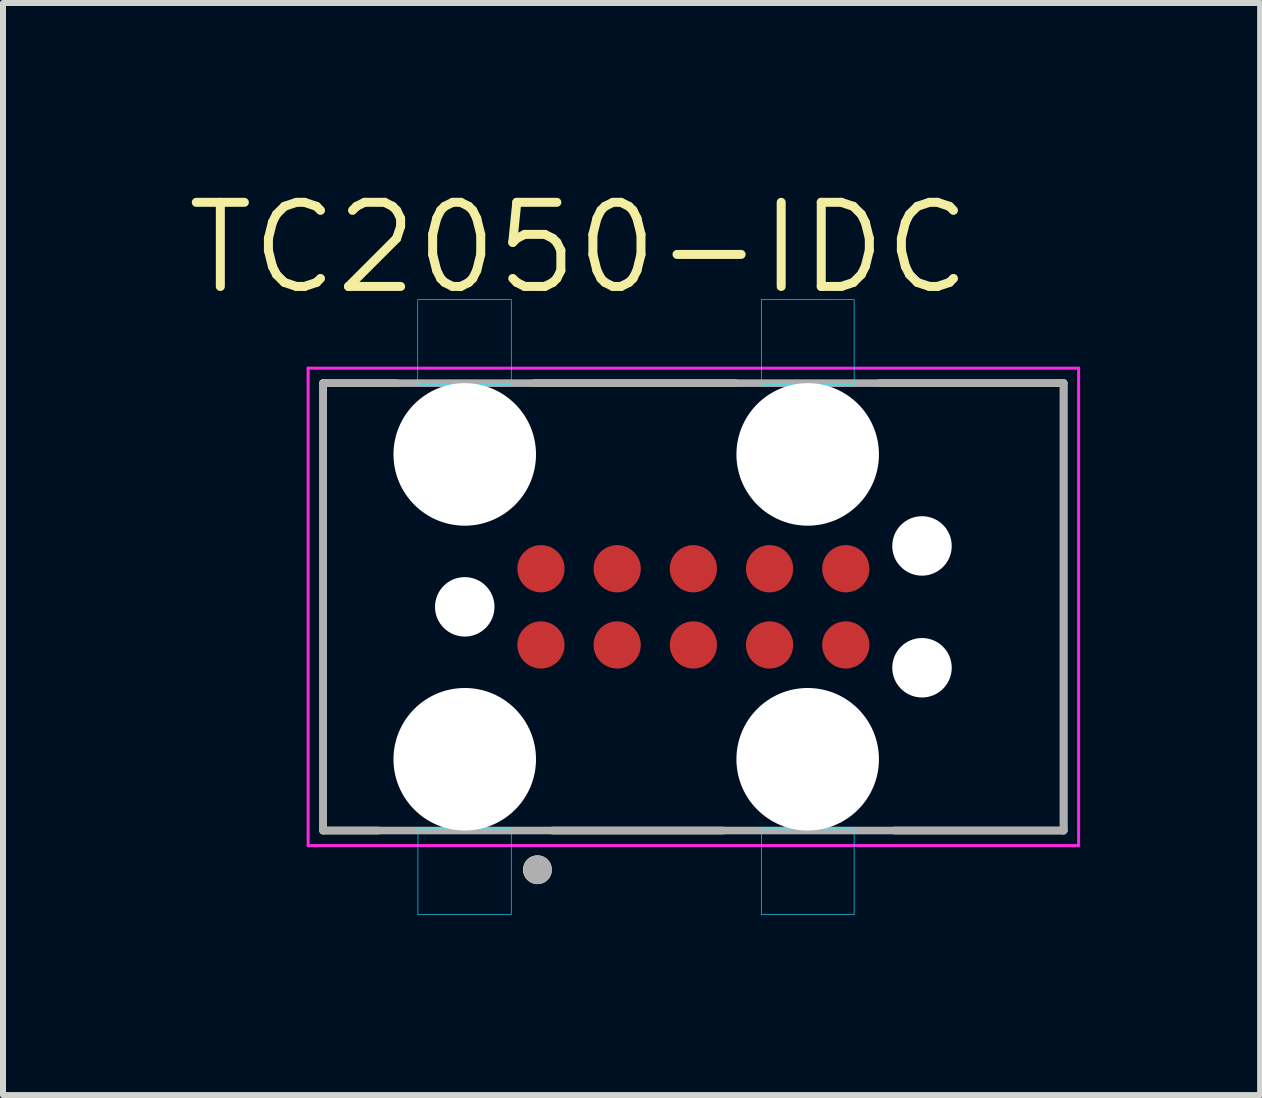
<source format=kicad_pcb>
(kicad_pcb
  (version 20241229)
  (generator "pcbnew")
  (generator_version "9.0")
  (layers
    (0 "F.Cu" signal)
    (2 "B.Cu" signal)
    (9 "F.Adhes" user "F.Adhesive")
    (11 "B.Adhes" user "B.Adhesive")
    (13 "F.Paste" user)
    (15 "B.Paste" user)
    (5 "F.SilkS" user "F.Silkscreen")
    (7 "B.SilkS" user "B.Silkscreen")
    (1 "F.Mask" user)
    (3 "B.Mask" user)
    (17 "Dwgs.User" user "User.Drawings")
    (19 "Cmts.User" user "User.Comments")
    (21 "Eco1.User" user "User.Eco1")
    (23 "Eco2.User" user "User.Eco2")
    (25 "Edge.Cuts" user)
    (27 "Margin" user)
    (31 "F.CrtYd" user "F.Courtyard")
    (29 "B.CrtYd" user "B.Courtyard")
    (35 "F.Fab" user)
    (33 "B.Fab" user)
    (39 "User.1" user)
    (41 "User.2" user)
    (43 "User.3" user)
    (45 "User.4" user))
  (footprint "TC2050-IDC"
    (layer "F.Cu")
    (at 8.505 7.063)
    (property "Reference" "TC2050-IDC" (at -1.908 -5.98 0) (layer "F.SilkS") (effects (font (size 1.402 1.402) (thickness 0.15))))
    (attr smd)
    (fp_line (start -6.17 -3.728) (end -4.95 -3.728) (stroke (width 0.127) (type solid)) (layer "F.SilkS"))
    (fp_line (start -6.17 3.728) (end -6.17 -3.728) (stroke (width 0.127) (type solid)) (layer "F.SilkS"))
    (fp_line (start -5.25 3.728) (end -6.17 3.728) (stroke (width 0.127) (type solid)) (layer "F.SilkS"))
    (fp_line (start -2.65 -3.728) (end 0.7 -3.728) (stroke (width 0.127) (type solid)) (layer "F.SilkS"))
    (fp_line (start 0.5 3.728) (end -2.35 3.728) (stroke (width 0.127) (type solid)) (layer "F.SilkS"))
    (fp_line (start 3.1 -3.728) (end 6.17 -3.728) (stroke (width 0.127) (type solid)) (layer "F.SilkS"))
    (fp_line (start 6.17 -3.728) (end 6.17 3.728) (stroke (width 0.127) (type solid)) (layer "F.SilkS"))
    (fp_line (start 6.17 3.728) (end 3.35 3.728) (stroke (width 0.127) (type solid)) (layer "F.SilkS"))
    (fp_circle (center -2.6 4.381) (end -2.48 4.381) (stroke (width 0.24) (type solid)) (fill no) (layer "F.SilkS"))
    (fp_poly (pts (xy -2.54 -0.241) (xy -2.54 0.241) (xy 2.54 0.241) (xy 2.54 -0.241)) (stroke (width 0.0001) (type solid)) (fill no) (layer "Dwgs.User"))
    (fp_poly (pts (xy -2.54 0) (xy -2.54 0.241) (xy 2.54 0.241) (xy 2.54 -0.241) (xy -2.54 -0.241)) (stroke (width 0.0001) (type solid)) (fill no) (layer "Dwgs.User"))
    (fp_poly (pts (xy -2.54 0.241) (xy -1.27 0.241) (xy -1.291 0.242) (xy -1.311 0.243) (xy -1.332 0.246) (xy -1.352 0.25) (xy -1.372 0.255) (xy -1.392 0.261) (xy -1.411 0.267) (xy -1.43 0.275) (xy -1.449 0.284) (xy -1.467 0.294) (xy -1.484 0.305) (xy -1.501 0.316) (xy -1.518 0.329) (xy -1.533 0.342) (xy -1.548 0.357) (xy -1.563 0.372) (xy -1.576 0.387) (xy -1.589 0.404) (xy -1.6 0.421) (xy -1.611 0.438) (xy -1.621 0.456) (xy -1.63 0.475) (xy -1.638 0.494) (xy -1.644 0.513) (xy -1.65 0.533) (xy -1.655 0.553) (xy -1.659 0.573) (xy -1.662 0.594) (xy -1.663 0.614) (xy -1.664 0.635) (xy -2.146 0.635) (xy -2.147 0.614) (xy -2.148 0.594) (xy -2.151 0.573) (xy -2.155 0.553) (xy -2.16 0.533) (xy -2.166 0.513) (xy -2.172 0.494) (xy -2.18 0.475) (xy -2.189 0.456) (xy -2.199 0.438) (xy -2.21 0.421) (xy -2.221 0.404) (xy -2.234 0.387) (xy -2.247 0.372) (xy -2.262 0.357) (xy -2.277 0.342) (xy -2.292 0.329) (xy -2.309 0.316) (xy -2.326 0.305) (xy -2.343 0.294) (xy -2.361 0.284) (xy -2.38 0.275) (xy -2.399 0.267) (xy -2.418 0.261) (xy -2.438 0.255) (xy -2.458 0.25) (xy -2.478 0.246) (xy -2.499 0.243) (xy -2.519 0.242) (xy -2.54 0.241)) (stroke (width 0.0001) (type solid)) (fill no) (layer "Dwgs.User"))
    (fp_poly (pts (xy -2.54 0.241) (xy -1.27 0.241) (xy -1.291 0.242) (xy -1.311 0.243) (xy -1.332 0.246) (xy -1.352 0.25) (xy -1.372 0.255) (xy -1.392 0.261) (xy -1.411 0.267) (xy -1.43 0.275) (xy -1.449 0.284) (xy -1.467 0.294) (xy -1.484 0.305) (xy -1.501 0.316) (xy -1.518 0.329) (xy -1.533 0.342) (xy -1.548 0.357) (xy -1.563 0.372) (xy -1.576 0.387) (xy -1.589 0.404) (xy -1.6 0.421) (xy -1.611 0.438) (xy -1.621 0.456) (xy -1.63 0.475) (xy -1.638 0.494) (xy -1.644 0.513) (xy -1.65 0.533) (xy -1.655 0.553) (xy -1.659 0.573) (xy -1.662 0.594) (xy -1.663 0.614) (xy -1.664 0.635) (xy -2.146 0.635) (xy -2.147 0.614) (xy -2.148 0.594) (xy -2.151 0.573) (xy -2.155 0.553) (xy -2.16 0.533) (xy -2.166 0.513) (xy -2.172 0.494) (xy -2.18 0.475) (xy -2.189 0.456) (xy -2.199 0.438) (xy -2.21 0.421) (xy -2.221 0.404) (xy -2.234 0.387) (xy -2.247 0.372) (xy -2.262 0.357) (xy -2.277 0.342) (xy -2.292 0.329) (xy -2.309 0.316) (xy -2.326 0.305) (xy -2.343 0.294) (xy -2.361 0.284) (xy -2.38 0.275) (xy -2.399 0.267) (xy -2.418 0.261) (xy -2.438 0.255) (xy -2.458 0.25) (xy -2.478 0.246) (xy -2.499 0.243) (xy -2.519 0.242) (xy -2.54 0.241)) (stroke (width 0.0001) (type solid)) (fill no) (layer "Dwgs.User"))
    (fp_poly (pts (xy -1.27 -0.241) (xy -2.54 -0.241) (xy -2.519 -0.242) (xy -2.499 -0.243) (xy -2.478 -0.246) (xy -2.458 -0.25) (xy -2.438 -0.255) (xy -2.418 -0.261) (xy -2.399 -0.267) (xy -2.38 -0.275) (xy -2.361 -0.284) (xy -2.343 -0.294) (xy -2.326 -0.305) (xy -2.309 -0.316) (xy -2.292 -0.329) (xy -2.277 -0.342) (xy -2.262 -0.357) (xy -2.247 -0.372) (xy -2.234 -0.387) (xy -2.221 -0.404) (xy -2.21 -0.421) (xy -2.199 -0.438) (xy -2.189 -0.456) (xy -2.18 -0.475) (xy -2.172 -0.494) (xy -2.166 -0.513) (xy -2.16 -0.533) (xy -2.155 -0.553) (xy -2.151 -0.573) (xy -2.148 -0.594) (xy -2.147 -0.614) (xy -2.146 -0.635) (xy -1.664 -0.635) (xy -1.663 -0.614) (xy -1.662 -0.594) (xy -1.659 -0.573) (xy -1.655 -0.553) (xy -1.65 -0.533) (xy -1.644 -0.513) (xy -1.638 -0.494) (xy -1.63 -0.475) (xy -1.621 -0.456) (xy -1.611 -0.438) (xy -1.6 -0.421) (xy -1.589 -0.404) (xy -1.576 -0.387) (xy -1.563 -0.372) (xy -1.548 -0.357) (xy -1.533 -0.342) (xy -1.518 -0.329) (xy -1.501 -0.316) (xy -1.484 -0.305) (xy -1.467 -0.294) (xy -1.449 -0.284) (xy -1.43 -0.275) (xy -1.411 -0.267) (xy -1.392 -0.261) (xy -1.372 -0.255) (xy -1.352 -0.25) (xy -1.332 -0.246) (xy -1.311 -0.243) (xy -1.291 -0.242) (xy -1.27 -0.241)) (stroke (width 0.0001) (type solid)) (fill no) (layer "Dwgs.User"))
    (fp_poly (pts (xy -1.27 -0.241) (xy -2.54 -0.241) (xy -2.519 -0.242) (xy -2.499 -0.243) (xy -2.478 -0.246) (xy -2.458 -0.25) (xy -2.438 -0.255) (xy -2.418 -0.261) (xy -2.399 -0.267) (xy -2.38 -0.275) (xy -2.361 -0.284) (xy -2.343 -0.294) (xy -2.326 -0.305) (xy -2.309 -0.316) (xy -2.292 -0.329) (xy -2.277 -0.342) (xy -2.262 -0.357) (xy -2.247 -0.372) (xy -2.234 -0.387) (xy -2.221 -0.404) (xy -2.21 -0.421) (xy -2.199 -0.438) (xy -2.189 -0.456) (xy -2.18 -0.475) (xy -2.172 -0.494) (xy -2.166 -0.513) (xy -2.16 -0.533) (xy -2.155 -0.553) (xy -2.151 -0.573) (xy -2.148 -0.594) (xy -2.147 -0.614) (xy -2.146 -0.635) (xy -1.664 -0.635) (xy -1.663 -0.614) (xy -1.662 -0.594) (xy -1.659 -0.573) (xy -1.655 -0.553) (xy -1.65 -0.533) (xy -1.644 -0.513) (xy -1.638 -0.494) (xy -1.63 -0.475) (xy -1.621 -0.456) (xy -1.611 -0.438) (xy -1.6 -0.421) (xy -1.589 -0.404) (xy -1.576 -0.387) (xy -1.563 -0.372) (xy -1.548 -0.357) (xy -1.533 -0.342) (xy -1.518 -0.329) (xy -1.501 -0.316) (xy -1.484 -0.305) (xy -1.467 -0.294) (xy -1.449 -0.284) (xy -1.43 -0.275) (xy -1.411 -0.267) (xy -1.392 -0.261) (xy -1.372 -0.255) (xy -1.352 -0.25) (xy -1.332 -0.246) (xy -1.311 -0.243) (xy -1.291 -0.242) (xy -1.27 -0.241)) (stroke (width 0.0001) (type solid)) (fill no) (layer "Dwgs.User"))
    (fp_poly (pts (xy -1.27 0.241) (xy 0 0.241) (xy -0.021 0.242) (xy -0.041 0.243) (xy -0.062 0.246) (xy -0.082 0.25) (xy -0.102 0.255) (xy -0.122 0.261) (xy -0.141 0.267) (xy -0.16 0.275) (xy -0.179 0.284) (xy -0.197 0.294) (xy -0.214 0.305) (xy -0.231 0.316) (xy -0.248 0.329) (xy -0.263 0.342) (xy -0.278 0.357) (xy -0.293 0.372) (xy -0.306 0.387) (xy -0.319 0.404) (xy -0.33 0.421) (xy -0.341 0.438) (xy -0.351 0.456) (xy -0.36 0.475) (xy -0.368 0.494) (xy -0.374 0.513) (xy -0.38 0.533) (xy -0.385 0.553) (xy -0.389 0.573) (xy -0.392 0.594) (xy -0.393 0.614) (xy -0.394 0.635) (xy -0.876 0.635) (xy -0.877 0.614) (xy -0.878 0.594) (xy -0.881 0.573) (xy -0.885 0.553) (xy -0.89 0.533) (xy -0.896 0.513) (xy -0.902 0.494) (xy -0.91 0.475) (xy -0.919 0.456) (xy -0.929 0.438) (xy -0.94 0.421) (xy -0.951 0.404) (xy -0.964 0.387) (xy -0.977 0.372) (xy -0.992 0.357) (xy -1.007 0.342) (xy -1.022 0.329) (xy -1.039 0.316) (xy -1.056 0.305) (xy -1.073 0.294) (xy -1.091 0.284) (xy -1.11 0.275) (xy -1.129 0.267) (xy -1.148 0.261) (xy -1.168 0.255) (xy -1.188 0.25) (xy -1.208 0.246) (xy -1.229 0.243) (xy -1.249 0.242) (xy -1.27 0.241)) (stroke (width 0.0001) (type solid)) (fill no) (layer "Dwgs.User"))
    (fp_poly (pts (xy -1.27 0.241) (xy 0 0.241) (xy -0.021 0.242) (xy -0.041 0.243) (xy -0.062 0.246) (xy -0.082 0.25) (xy -0.102 0.255) (xy -0.122 0.261) (xy -0.141 0.267) (xy -0.16 0.275) (xy -0.179 0.284) (xy -0.197 0.294) (xy -0.214 0.305) (xy -0.231 0.316) (xy -0.248 0.329) (xy -0.263 0.342) (xy -0.278 0.357) (xy -0.293 0.372) (xy -0.306 0.387) (xy -0.319 0.404) (xy -0.33 0.421) (xy -0.341 0.438) (xy -0.351 0.456) (xy -0.36 0.475) (xy -0.368 0.494) (xy -0.374 0.513) (xy -0.38 0.533) (xy -0.385 0.553) (xy -0.389 0.573) (xy -0.392 0.594) (xy -0.393 0.614) (xy -0.394 0.635) (xy -0.876 0.635) (xy -0.877 0.614) (xy -0.878 0.594) (xy -0.881 0.573) (xy -0.885 0.553) (xy -0.89 0.533) (xy -0.896 0.513) (xy -0.902 0.494) (xy -0.91 0.475) (xy -0.919 0.456) (xy -0.929 0.438) (xy -0.94 0.421) (xy -0.951 0.404) (xy -0.964 0.387) (xy -0.977 0.372) (xy -0.992 0.357) (xy -1.007 0.342) (xy -1.022 0.329) (xy -1.039 0.316) (xy -1.056 0.305) (xy -1.073 0.294) (xy -1.091 0.284) (xy -1.11 0.275) (xy -1.129 0.267) (xy -1.148 0.261) (xy -1.168 0.255) (xy -1.188 0.25) (xy -1.208 0.246) (xy -1.229 0.243) (xy -1.249 0.242) (xy -1.27 0.241)) (stroke (width 0.0001) (type solid)) (fill no) (layer "Dwgs.User"))
    (fp_poly (pts (xy 0 -0.241) (xy -1.27 -0.241) (xy -1.249 -0.242) (xy -1.229 -0.243) (xy -1.208 -0.246) (xy -1.188 -0.25) (xy -1.168 -0.255) (xy -1.148 -0.261) (xy -1.129 -0.267) (xy -1.11 -0.275) (xy -1.091 -0.284) (xy -1.073 -0.294) (xy -1.056 -0.305) (xy -1.039 -0.316) (xy -1.022 -0.329) (xy -1.007 -0.342) (xy -0.992 -0.357) (xy -0.977 -0.372) (xy -0.964 -0.387) (xy -0.951 -0.404) (xy -0.94 -0.421) (xy -0.929 -0.438) (xy -0.919 -0.456) (xy -0.91 -0.475) (xy -0.902 -0.494) (xy -0.896 -0.513) (xy -0.89 -0.533) (xy -0.885 -0.553) (xy -0.881 -0.573) (xy -0.878 -0.594) (xy -0.877 -0.614) (xy -0.876 -0.635) (xy -0.394 -0.635) (xy -0.393 -0.614) (xy -0.392 -0.594) (xy -0.389 -0.573) (xy -0.385 -0.553) (xy -0.38 -0.533) (xy -0.374 -0.513) (xy -0.368 -0.494) (xy -0.36 -0.475) (xy -0.351 -0.456) (xy -0.341 -0.438) (xy -0.33 -0.421) (xy -0.319 -0.404) (xy -0.306 -0.387) (xy -0.293 -0.372) (xy -0.278 -0.357) (xy -0.263 -0.342) (xy -0.248 -0.329) (xy -0.231 -0.316) (xy -0.214 -0.305) (xy -0.197 -0.294) (xy -0.179 -0.284) (xy -0.16 -0.275) (xy -0.141 -0.267) (xy -0.122 -0.261) (xy -0.102 -0.255) (xy -0.082 -0.25) (xy -0.062 -0.246) (xy -0.041 -0.243) (xy -0.021 -0.242) (xy 0 -0.241)) (stroke (width 0.0001) (type solid)) (fill no) (layer "Dwgs.User"))
    (fp_poly (pts (xy 0 -0.241) (xy -1.27 -0.241) (xy -1.249 -0.242) (xy -1.229 -0.243) (xy -1.208 -0.246) (xy -1.188 -0.25) (xy -1.168 -0.255) (xy -1.148 -0.261) (xy -1.129 -0.267) (xy -1.11 -0.275) (xy -1.091 -0.284) (xy -1.073 -0.294) (xy -1.056 -0.305) (xy -1.039 -0.316) (xy -1.022 -0.329) (xy -1.007 -0.342) (xy -0.992 -0.357) (xy -0.977 -0.372) (xy -0.964 -0.387) (xy -0.951 -0.404) (xy -0.94 -0.421) (xy -0.929 -0.438) (xy -0.919 -0.456) (xy -0.91 -0.475) (xy -0.902 -0.494) (xy -0.896 -0.513) (xy -0.89 -0.533) (xy -0.885 -0.553) (xy -0.881 -0.573) (xy -0.878 -0.594) (xy -0.877 -0.614) (xy -0.876 -0.635) (xy -0.394 -0.635) (xy -0.393 -0.614) (xy -0.392 -0.594) (xy -0.389 -0.573) (xy -0.385 -0.553) (xy -0.38 -0.533) (xy -0.374 -0.513) (xy -0.368 -0.494) (xy -0.36 -0.475) (xy -0.351 -0.456) (xy -0.341 -0.438) (xy -0.33 -0.421) (xy -0.319 -0.404) (xy -0.306 -0.387) (xy -0.293 -0.372) (xy -0.278 -0.357) (xy -0.263 -0.342) (xy -0.248 -0.329) (xy -0.231 -0.316) (xy -0.214 -0.305) (xy -0.197 -0.294) (xy -0.179 -0.284) (xy -0.16 -0.275) (xy -0.141 -0.267) (xy -0.122 -0.261) (xy -0.102 -0.255) (xy -0.082 -0.25) (xy -0.062 -0.246) (xy -0.041 -0.243) (xy -0.021 -0.242) (xy 0 -0.241)) (stroke (width 0.0001) (type solid)) (fill no) (layer "Dwgs.User"))
    (fp_poly (pts (xy 0 0.241) (xy 1.27 0.241) (xy 1.249 0.242) (xy 1.229 0.243) (xy 1.208 0.246) (xy 1.188 0.25) (xy 1.168 0.255) (xy 1.148 0.261) (xy 1.129 0.267) (xy 1.11 0.275) (xy 1.091 0.284) (xy 1.073 0.294) (xy 1.056 0.305) (xy 1.039 0.316) (xy 1.022 0.329) (xy 1.007 0.342) (xy 0.992 0.357) (xy 0.977 0.372) (xy 0.964 0.387) (xy 0.951 0.404) (xy 0.94 0.421) (xy 0.929 0.438) (xy 0.919 0.456) (xy 0.91 0.475) (xy 0.902 0.494) (xy 0.896 0.513) (xy 0.89 0.533) (xy 0.885 0.553) (xy 0.881 0.573) (xy 0.878 0.594) (xy 0.877 0.614) (xy 0.876 0.635) (xy 0.394 0.635) (xy 0.393 0.614) (xy 0.392 0.594) (xy 0.389 0.573) (xy 0.385 0.553) (xy 0.38 0.533) (xy 0.374 0.513) (xy 0.368 0.494) (xy 0.36 0.475) (xy 0.351 0.456) (xy 0.341 0.438) (xy 0.33 0.421) (xy 0.319 0.404) (xy 0.306 0.387) (xy 0.293 0.372) (xy 0.278 0.357) (xy 0.263 0.342) (xy 0.248 0.329) (xy 0.231 0.316) (xy 0.214 0.305) (xy 0.197 0.294) (xy 0.179 0.284) (xy 0.16 0.275) (xy 0.141 0.267) (xy 0.122 0.261) (xy 0.102 0.255) (xy 0.082 0.25) (xy 0.062 0.246) (xy 0.041 0.243) (xy 0.021 0.242) (xy 0 0.241)) (stroke (width 0.0001) (type solid)) (fill no) (layer "Dwgs.User"))
    (fp_poly (pts (xy 0 0.241) (xy 1.27 0.241) (xy 1.249 0.242) (xy 1.229 0.243) (xy 1.208 0.246) (xy 1.188 0.25) (xy 1.168 0.255) (xy 1.148 0.261) (xy 1.129 0.267) (xy 1.11 0.275) (xy 1.091 0.284) (xy 1.073 0.294) (xy 1.056 0.305) (xy 1.039 0.316) (xy 1.022 0.329) (xy 1.007 0.342) (xy 0.992 0.357) (xy 0.977 0.372) (xy 0.964 0.387) (xy 0.951 0.404) (xy 0.94 0.421) (xy 0.929 0.438) (xy 0.919 0.456) (xy 0.91 0.475) (xy 0.902 0.494) (xy 0.896 0.513) (xy 0.89 0.533) (xy 0.885 0.553) (xy 0.881 0.573) (xy 0.878 0.594) (xy 0.877 0.614) (xy 0.876 0.635) (xy 0.394 0.635) (xy 0.393 0.614) (xy 0.392 0.594) (xy 0.389 0.573) (xy 0.385 0.553) (xy 0.38 0.533) (xy 0.374 0.513) (xy 0.368 0.494) (xy 0.36 0.475) (xy 0.351 0.456) (xy 0.341 0.438) (xy 0.33 0.421) (xy 0.319 0.404) (xy 0.306 0.387) (xy 0.293 0.372) (xy 0.278 0.357) (xy 0.263 0.342) (xy 0.248 0.329) (xy 0.231 0.316) (xy 0.214 0.305) (xy 0.197 0.294) (xy 0.179 0.284) (xy 0.16 0.275) (xy 0.141 0.267) (xy 0.122 0.261) (xy 0.102 0.255) (xy 0.082 0.25) (xy 0.062 0.246) (xy 0.041 0.243) (xy 0.021 0.242) (xy 0 0.241)) (stroke (width 0.0001) (type solid)) (fill no) (layer "Dwgs.User"))
    (fp_poly (pts (xy 1.27 -0.241) (xy 0 -0.241) (xy 0.021 -0.242) (xy 0.041 -0.243) (xy 0.062 -0.246) (xy 0.082 -0.25) (xy 0.102 -0.255) (xy 0.122 -0.261) (xy 0.141 -0.267) (xy 0.16 -0.275) (xy 0.179 -0.284) (xy 0.197 -0.294) (xy 0.214 -0.305) (xy 0.231 -0.316) (xy 0.248 -0.329) (xy 0.263 -0.342) (xy 0.278 -0.357) (xy 0.293 -0.372) (xy 0.306 -0.387) (xy 0.319 -0.404) (xy 0.33 -0.421) (xy 0.341 -0.438) (xy 0.351 -0.456) (xy 0.36 -0.475) (xy 0.368 -0.494) (xy 0.374 -0.513) (xy 0.38 -0.533) (xy 0.385 -0.553) (xy 0.389 -0.573) (xy 0.392 -0.594) (xy 0.393 -0.614) (xy 0.394 -0.635) (xy 0.876 -0.635) (xy 0.877 -0.614) (xy 0.878 -0.594) (xy 0.881 -0.573) (xy 0.885 -0.553) (xy 0.89 -0.533) (xy 0.896 -0.513) (xy 0.902 -0.494) (xy 0.91 -0.475) (xy 0.919 -0.456) (xy 0.929 -0.438) (xy 0.94 -0.421) (xy 0.951 -0.404) (xy 0.964 -0.387) (xy 0.977 -0.372) (xy 0.992 -0.357) (xy 1.007 -0.342) (xy 1.022 -0.329) (xy 1.039 -0.316) (xy 1.056 -0.305) (xy 1.073 -0.294) (xy 1.091 -0.284) (xy 1.11 -0.275) (xy 1.129 -0.267) (xy 1.148 -0.261) (xy 1.168 -0.255) (xy 1.188 -0.25) (xy 1.208 -0.246) (xy 1.229 -0.243) (xy 1.249 -0.242) (xy 1.27 -0.241)) (stroke (width 0.0001) (type solid)) (fill no) (layer "Dwgs.User"))
    (fp_poly (pts (xy 1.27 -0.241) (xy 0 -0.241) (xy 0.021 -0.242) (xy 0.041 -0.243) (xy 0.062 -0.246) (xy 0.082 -0.25) (xy 0.102 -0.255) (xy 0.122 -0.261) (xy 0.141 -0.267) (xy 0.16 -0.275) (xy 0.179 -0.284) (xy 0.197 -0.294) (xy 0.214 -0.305) (xy 0.231 -0.316) (xy 0.248 -0.329) (xy 0.263 -0.342) (xy 0.278 -0.357) (xy 0.293 -0.372) (xy 0.306 -0.387) (xy 0.319 -0.404) (xy 0.33 -0.421) (xy 0.341 -0.438) (xy 0.351 -0.456) (xy 0.36 -0.475) (xy 0.368 -0.494) (xy 0.374 -0.513) (xy 0.38 -0.533) (xy 0.385 -0.553) (xy 0.389 -0.573) (xy 0.392 -0.594) (xy 0.393 -0.614) (xy 0.394 -0.635) (xy 0.876 -0.635) (xy 0.877 -0.614) (xy 0.878 -0.594) (xy 0.881 -0.573) (xy 0.885 -0.553) (xy 0.89 -0.533) (xy 0.896 -0.513) (xy 0.902 -0.494) (xy 0.91 -0.475) (xy 0.919 -0.456) (xy 0.929 -0.438) (xy 0.94 -0.421) (xy 0.951 -0.404) (xy 0.964 -0.387) (xy 0.977 -0.372) (xy 0.992 -0.357) (xy 1.007 -0.342) (xy 1.022 -0.329) (xy 1.039 -0.316) (xy 1.056 -0.305) (xy 1.073 -0.294) (xy 1.091 -0.284) (xy 1.11 -0.275) (xy 1.129 -0.267) (xy 1.148 -0.261) (xy 1.168 -0.255) (xy 1.188 -0.25) (xy 1.208 -0.246) (xy 1.229 -0.243) (xy 1.249 -0.242) (xy 1.27 -0.241)) (stroke (width 0.0001) (type solid)) (fill no) (layer "Dwgs.User"))
    (fp_poly (pts (xy 1.27 0.241) (xy 2.54 0.241) (xy 2.519 0.242) (xy 2.499 0.243) (xy 2.478 0.246) (xy 2.458 0.25) (xy 2.438 0.255) (xy 2.418 0.261) (xy 2.399 0.267) (xy 2.38 0.275) (xy 2.361 0.284) (xy 2.343 0.294) (xy 2.326 0.305) (xy 2.309 0.316) (xy 2.292 0.329) (xy 2.277 0.342) (xy 2.262 0.357) (xy 2.247 0.372) (xy 2.234 0.387) (xy 2.221 0.404) (xy 2.21 0.421) (xy 2.199 0.438) (xy 2.189 0.456) (xy 2.18 0.475) (xy 2.172 0.494) (xy 2.166 0.513) (xy 2.16 0.533) (xy 2.155 0.553) (xy 2.151 0.573) (xy 2.148 0.594) (xy 2.147 0.614) (xy 2.146 0.635) (xy 1.664 0.635) (xy 1.663 0.614) (xy 1.662 0.594) (xy 1.659 0.573) (xy 1.655 0.553) (xy 1.65 0.533) (xy 1.644 0.513) (xy 1.638 0.494) (xy 1.63 0.475) (xy 1.621 0.456) (xy 1.611 0.438) (xy 1.6 0.421) (xy 1.589 0.404) (xy 1.576 0.387) (xy 1.563 0.372) (xy 1.548 0.357) (xy 1.533 0.342) (xy 1.518 0.329) (xy 1.501 0.316) (xy 1.484 0.305) (xy 1.467 0.294) (xy 1.449 0.284) (xy 1.43 0.275) (xy 1.411 0.267) (xy 1.392 0.261) (xy 1.372 0.255) (xy 1.352 0.25) (xy 1.332 0.246) (xy 1.311 0.243) (xy 1.291 0.242) (xy 1.27 0.241)) (stroke (width 0.0001) (type solid)) (fill no) (layer "Dwgs.User"))
    (fp_poly (pts (xy 1.27 0.241) (xy 2.54 0.241) (xy 2.519 0.242) (xy 2.499 0.243) (xy 2.478 0.246) (xy 2.458 0.25) (xy 2.438 0.255) (xy 2.418 0.261) (xy 2.399 0.267) (xy 2.38 0.275) (xy 2.361 0.284) (xy 2.343 0.294) (xy 2.326 0.305) (xy 2.309 0.316) (xy 2.292 0.329) (xy 2.277 0.342) (xy 2.262 0.357) (xy 2.247 0.372) (xy 2.234 0.387) (xy 2.221 0.404) (xy 2.21 0.421) (xy 2.199 0.438) (xy 2.189 0.456) (xy 2.18 0.475) (xy 2.172 0.494) (xy 2.166 0.513) (xy 2.16 0.533) (xy 2.155 0.553) (xy 2.151 0.573) (xy 2.148 0.594) (xy 2.147 0.614) (xy 2.146 0.635) (xy 1.664 0.635) (xy 1.663 0.614) (xy 1.662 0.594) (xy 1.659 0.573) (xy 1.655 0.553) (xy 1.65 0.533) (xy 1.644 0.513) (xy 1.638 0.494) (xy 1.63 0.475) (xy 1.621 0.456) (xy 1.611 0.438) (xy 1.6 0.421) (xy 1.589 0.404) (xy 1.576 0.387) (xy 1.563 0.372) (xy 1.548 0.357) (xy 1.533 0.342) (xy 1.518 0.329) (xy 1.501 0.316) (xy 1.484 0.305) (xy 1.467 0.294) (xy 1.449 0.284) (xy 1.43 0.275) (xy 1.411 0.267) (xy 1.392 0.261) (xy 1.372 0.255) (xy 1.352 0.25) (xy 1.332 0.246) (xy 1.311 0.243) (xy 1.291 0.242) (xy 1.27 0.241)) (stroke (width 0.0001) (type solid)) (fill no) (layer "Dwgs.User"))
    (fp_poly (pts (xy 2.54 -0.241) (xy 1.27 -0.241) (xy 1.291 -0.242) (xy 1.311 -0.243) (xy 1.332 -0.246) (xy 1.352 -0.25) (xy 1.372 -0.255) (xy 1.392 -0.261) (xy 1.411 -0.267) (xy 1.43 -0.275) (xy 1.449 -0.284) (xy 1.467 -0.294) (xy 1.484 -0.305) (xy 1.501 -0.316) (xy 1.518 -0.329) (xy 1.533 -0.342) (xy 1.548 -0.357) (xy 1.563 -0.372) (xy 1.576 -0.387) (xy 1.589 -0.404) (xy 1.6 -0.421) (xy 1.611 -0.438) (xy 1.621 -0.456) (xy 1.63 -0.475) (xy 1.638 -0.494) (xy 1.644 -0.513) (xy 1.65 -0.533) (xy 1.655 -0.553) (xy 1.659 -0.573) (xy 1.662 -0.594) (xy 1.663 -0.614) (xy 1.664 -0.635) (xy 2.146 -0.635) (xy 2.147 -0.614) (xy 2.148 -0.594) (xy 2.151 -0.573) (xy 2.155 -0.553) (xy 2.16 -0.533) (xy 2.166 -0.513) (xy 2.172 -0.494) (xy 2.18 -0.475) (xy 2.189 -0.456) (xy 2.199 -0.438) (xy 2.21 -0.421) (xy 2.221 -0.404) (xy 2.234 -0.387) (xy 2.247 -0.372) (xy 2.262 -0.357) (xy 2.277 -0.342) (xy 2.292 -0.329) (xy 2.309 -0.316) (xy 2.326 -0.305) (xy 2.343 -0.294) (xy 2.361 -0.284) (xy 2.38 -0.275) (xy 2.399 -0.267) (xy 2.418 -0.261) (xy 2.438 -0.255) (xy 2.458 -0.25) (xy 2.478 -0.246) (xy 2.499 -0.243) (xy 2.519 -0.242) (xy 2.54 -0.241)) (stroke (width 0.0001) (type solid)) (fill no) (layer "Dwgs.User"))
    (fp_poly (pts (xy 2.54 -0.241) (xy 1.27 -0.241) (xy 1.291 -0.242) (xy 1.311 -0.243) (xy 1.332 -0.246) (xy 1.352 -0.25) (xy 1.372 -0.255) (xy 1.392 -0.261) (xy 1.411 -0.267) (xy 1.43 -0.275) (xy 1.449 -0.284) (xy 1.467 -0.294) (xy 1.484 -0.305) (xy 1.501 -0.316) (xy 1.518 -0.329) (xy 1.533 -0.342) (xy 1.548 -0.357) (xy 1.563 -0.372) (xy 1.576 -0.387) (xy 1.589 -0.404) (xy 1.6 -0.421) (xy 1.611 -0.438) (xy 1.621 -0.456) (xy 1.63 -0.475) (xy 1.638 -0.494) (xy 1.644 -0.513) (xy 1.65 -0.533) (xy 1.655 -0.553) (xy 1.659 -0.573) (xy 1.662 -0.594) (xy 1.663 -0.614) (xy 1.664 -0.635) (xy 2.146 -0.635) (xy 2.147 -0.614) (xy 2.148 -0.594) (xy 2.151 -0.573) (xy 2.155 -0.553) (xy 2.16 -0.533) (xy 2.166 -0.513) (xy 2.172 -0.494) (xy 2.18 -0.475) (xy 2.189 -0.456) (xy 2.199 -0.438) (xy 2.21 -0.421) (xy 2.221 -0.404) (xy 2.234 -0.387) (xy 2.247 -0.372) (xy 2.262 -0.357) (xy 2.277 -0.342) (xy 2.292 -0.329) (xy 2.309 -0.316) (xy 2.326 -0.305) (xy 2.343 -0.294) (xy 2.361 -0.284) (xy 2.38 -0.275) (xy 2.399 -0.267) (xy 2.418 -0.261) (xy 2.438 -0.255) (xy 2.458 -0.25) (xy 2.478 -0.246) (xy 2.499 -0.243) (xy 2.519 -0.242) (xy 2.54 -0.241)) (stroke (width 0.0001) (type solid)) (fill no) (layer "Dwgs.User"))
    (fp_poly (pts (xy -4.593 -5.122) (xy -3.035 -5.122) (xy -3.035 -3.707) (xy -4.593 -3.707)) (stroke (width 0.01) (type solid)) (fill no) (layer "B.CrtYd"))
    (fp_poly (pts (xy -4.59 3.7) (xy -3.035 3.7) (xy -3.035 5.129) (xy -4.59 5.129)) (stroke (width 0.01) (type solid)) (fill no) (layer "B.CrtYd"))
    (fp_poly (pts (xy 1.132 -5.122) (xy 2.679 -5.122) (xy 2.679 -3.706) (xy 1.132 -3.706)) (stroke (width 0.01) (type solid)) (fill no) (layer "B.CrtYd"))
    (fp_poly (pts (xy 1.132 3.7) (xy 2.679 3.7) (xy 2.679 5.13) (xy 1.132 5.13)) (stroke (width 0.01) (type solid)) (fill no) (layer "B.CrtYd"))
    (fp_line (start -6.42 -3.978) (end 6.42 -3.978) (stroke (width 0.05) (type solid)) (layer "F.CrtYd"))
    (fp_line (start -6.42 3.978) (end -6.42 -3.978) (stroke (width 0.05) (type solid)) (layer "F.CrtYd"))
    (fp_line (start 6.42 -3.978) (end 6.42 3.978) (stroke (width 0.05) (type solid)) (layer "F.CrtYd"))
    (fp_line (start 6.42 3.978) (end -6.42 3.978) (stroke (width 0.05) (type solid)) (layer "F.CrtYd"))
    (fp_line (start -6.17 -3.728) (end 6.17 -3.728) (stroke (width 0.127) (type solid)) (layer "F.Fab"))
    (fp_line (start -6.17 3.728) (end -6.17 -3.728) (stroke (width 0.127) (type solid)) (layer "F.Fab"))
    (fp_line (start 6.17 -3.728) (end 6.17 3.728) (stroke (width 0.127) (type solid)) (layer "F.Fab"))
    (fp_line (start 6.17 3.728) (end -6.17 3.728) (stroke (width 0.127) (type solid)) (layer "F.Fab"))
    (fp_circle (center -2.595 4.381) (end -2.475 4.381) (stroke (width 0.24) (type solid)) (fill no) (layer "F.Fab"))
    (pad "" np_thru_hole circle (at -3.81 -2.54) (size 2.375 2.375) (drill 2.375) (layers "*.Cu" "*.Mask"))
    (pad "" np_thru_hole circle (at -3.81 0) (size 0.991 0.991) (drill 0.991) (layers "*.Cu" "*.Mask"))
    (pad "" np_thru_hole circle (at -3.81 2.54) (size 2.375 2.375) (drill 2.375) (layers "*.Cu" "*.Mask"))
    (pad "" np_thru_hole circle (at 1.905 -2.54) (size 2.375 2.375) (drill 2.375) (layers "*.Cu" "*.Mask"))
    (pad "" np_thru_hole circle (at 1.905 2.54) (size 2.375 2.375) (drill 2.375) (layers "*.Cu" "*.Mask"))
    (pad "" np_thru_hole circle (at 3.81 -1.015) (size 0.991 0.991) (drill 0.991) (layers "*.Cu" "*.Mask"))
    (pad "" np_thru_hole circle (at 3.81 1.015) (size 0.991 0.991) (drill 0.991) (layers "*.Cu" "*.Mask"))
    (pad "1" smd circle (at -2.54 0.635) (size 0.787 0.787) (layers "F.Cu" "F.Mask"))
    (pad "2" smd circle (at -1.27 0.635) (size 0.787 0.787) (layers "F.Cu" "F.Mask"))
    (pad "3" smd circle (at 0 0.635) (size 0.787 0.787) (layers "F.Cu" "F.Mask"))
    (pad "4" smd circle (at 1.27 0.635) (size 0.787 0.787) (layers "F.Cu" "F.Mask"))
    (pad "5" smd circle (at 2.54 0.635) (size 0.787 0.787) (layers "F.Cu" "F.Mask"))
    (pad "6" smd circle (at 2.54 -0.635) (size 0.787 0.787) (layers "F.Cu" "F.Mask"))
    (pad "7" smd circle (at 1.27 -0.635) (size 0.787 0.787) (layers "F.Cu" "F.Mask"))
    (pad "8" smd circle (at 0 -0.635) (size 0.787 0.787) (layers "F.Cu" "F.Mask"))
    (pad "9" smd circle (at -1.27 -0.635) (size 0.787 0.787) (layers "F.Cu" "F.Mask"))
    (pad "10" smd circle (at -2.54 -0.635) (size 0.787 0.787) (layers "F.Cu" "F.Mask")))
  (gr_rect
    (start -3 -3)
    (end 17.95 15.199)
    (stroke (width 0.1) (type default))
    (fill no)
    (layer "Edge.Cuts")))
</source>
